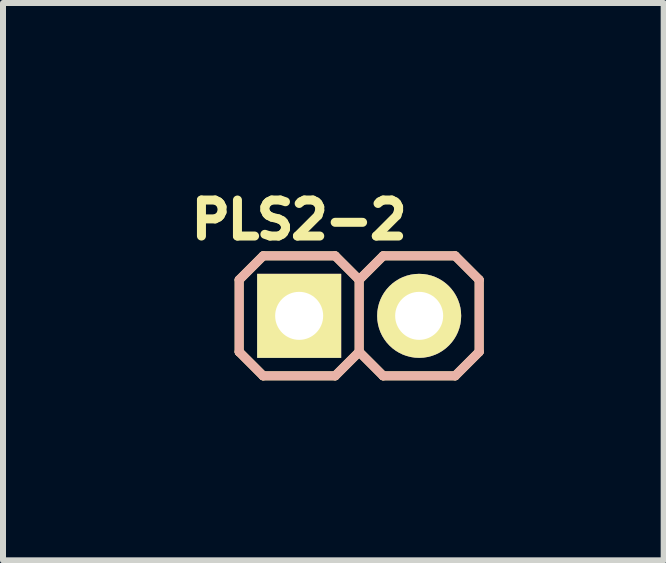
<source format=kicad_pcb>
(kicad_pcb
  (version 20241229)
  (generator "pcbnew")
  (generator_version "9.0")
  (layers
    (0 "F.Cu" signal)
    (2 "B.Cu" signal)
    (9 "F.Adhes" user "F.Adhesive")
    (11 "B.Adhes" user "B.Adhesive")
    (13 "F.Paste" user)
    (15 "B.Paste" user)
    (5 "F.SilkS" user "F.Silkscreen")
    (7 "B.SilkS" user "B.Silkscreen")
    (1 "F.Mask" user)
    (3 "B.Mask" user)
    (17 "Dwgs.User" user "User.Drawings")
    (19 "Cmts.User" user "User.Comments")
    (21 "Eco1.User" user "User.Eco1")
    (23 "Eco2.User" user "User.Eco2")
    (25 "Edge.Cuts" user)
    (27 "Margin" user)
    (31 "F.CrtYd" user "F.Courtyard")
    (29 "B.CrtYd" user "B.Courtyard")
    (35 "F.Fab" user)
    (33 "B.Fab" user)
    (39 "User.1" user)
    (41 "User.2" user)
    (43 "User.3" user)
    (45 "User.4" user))
  (footprint "PLS2-2"
    (layer "F.Cu")
    (at 1.936 2.214)
    (property "Reference" "PLS2-2" (at 0 -1.6 0) (layer "F.SilkS") (effects (font (size 0.6 0.6) (thickness 0.15))))
    (attr through_hole)
    (fp_line (start -1 -0.6) (end -0.6 -1) (stroke (width 0.15) (type solid)) (layer "F.SilkS"))
    (fp_line (start -1 0.6) (end -1 -0.6) (stroke (width 0.15) (type solid)) (layer "F.SilkS"))
    (fp_line (start -0.6 -1) (end 0.6 -1) (stroke (width 0.15) (type solid)) (layer "F.SilkS"))
    (fp_line (start -0.6 1) (end -1 0.6) (stroke (width 0.15) (type solid)) (layer "F.SilkS"))
    (fp_line (start 0.6 1) (end -0.6 1) (stroke (width 0.15) (type solid)) (layer "F.SilkS"))
    (fp_line (start 1 -0.6) (end 0.6 -1) (stroke (width 0.15) (type solid)) (layer "F.SilkS"))
    (fp_line (start 1 -0.6) (end 1.4 -1) (stroke (width 0.15) (type solid)) (layer "F.SilkS"))
    (fp_line (start 1 0.6) (end 0.6 1) (stroke (width 0.15) (type solid)) (layer "F.SilkS"))
    (fp_line (start 1 0.6) (end 1 -0.6) (stroke (width 0.15) (type solid)) (layer "F.SilkS"))
    (fp_line (start 1.4 -1) (end 2.6 -1) (stroke (width 0.15) (type solid)) (layer "F.SilkS"))
    (fp_line (start 1.4 1) (end 1 0.6) (stroke (width 0.15) (type solid)) (layer "F.SilkS"))
    (fp_line (start 2.6 -1) (end 3 -0.6) (stroke (width 0.15) (type solid)) (layer "F.SilkS"))
    (fp_line (start 2.6 1) (end 1.4 1) (stroke (width 0.15) (type solid)) (layer "F.SilkS"))
    (fp_line (start 3 -0.6) (end 3 0.6) (stroke (width 0.15) (type solid)) (layer "F.SilkS"))
    (fp_line (start 3 0.6) (end 2.6 1) (stroke (width 0.15) (type solid)) (layer "F.SilkS"))
    (fp_line (start -1 -0.6) (end -0.6 -1) (stroke (width 0.15) (type solid)) (layer "B.SilkS"))
    (fp_line (start -1 0.6) (end -1 -0.6) (stroke (width 0.15) (type solid)) (layer "B.SilkS"))
    (fp_line (start -0.6 -1) (end 0.6 -1) (stroke (width 0.15) (type solid)) (layer "B.SilkS"))
    (fp_line (start -0.6 1) (end -1 0.6) (stroke (width 0.15) (type solid)) (layer "B.SilkS"))
    (fp_line (start 0.6 -1) (end 1 -0.6) (stroke (width 0.15) (type solid)) (layer "B.SilkS"))
    (fp_line (start 0.6 1) (end -0.6 1) (stroke (width 0.15) (type solid)) (layer "B.SilkS"))
    (fp_line (start 1 -0.6) (end 1 0.6) (stroke (width 0.15) (type solid)) (layer "B.SilkS"))
    (fp_line (start 1 -0.6) (end 1.4 -1) (stroke (width 0.15) (type solid)) (layer "B.SilkS"))
    (fp_line (start 1 0.6) (end 0.6 1) (stroke (width 0.15) (type solid)) (layer "B.SilkS"))
    (fp_line (start 1.4 -1) (end 2.6 -1) (stroke (width 0.15) (type solid)) (layer "B.SilkS"))
    (fp_line (start 1.4 1) (end 1 0.6) (stroke (width 0.15) (type solid)) (layer "B.SilkS"))
    (fp_line (start 2.6 -1) (end 3 -0.6) (stroke (width 0.15) (type solid)) (layer "B.SilkS"))
    (fp_line (start 2.6 1) (end 1.4 1) (stroke (width 0.15) (type solid)) (layer "B.SilkS"))
    (fp_line (start 3 -0.6) (end 3 0.6) (stroke (width 0.15) (type solid)) (layer "B.SilkS"))
    (fp_line (start 3 0.6) (end 2.6 1) (stroke (width 0.15) (type solid)) (layer "B.SilkS"))
    (pad "1" thru_hole rect (at 0 0) (size 1.4 1.4) (drill 0.8) (layers "*.Cu" "*.Mask" "F.SilkS"))
    (pad "2" thru_hole circle (at 2 0) (size 1.4 1.4) (drill 0.8) (layers "*.Cu" "*.Mask" "F.SilkS")))
  (gr_rect
    (start -3 -3)
    (end 8.011 6.289)
    (stroke (width 0.1) (type default))
    (fill no)
    (layer "Edge.Cuts")))
</source>
